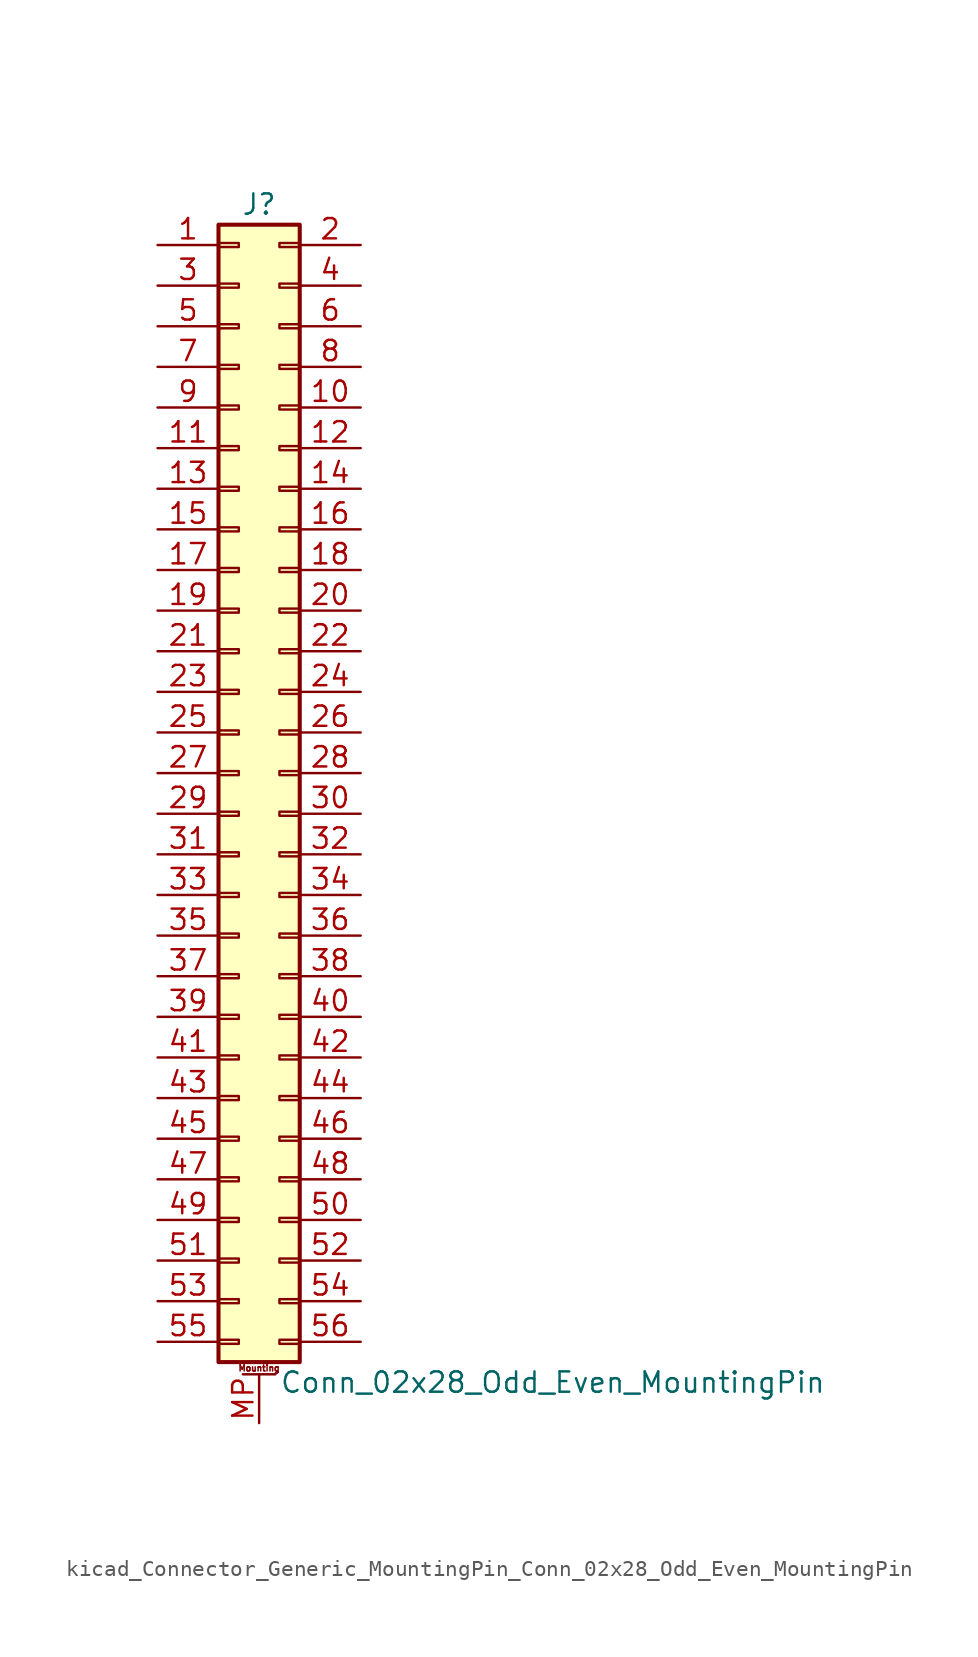
<source format=kicad_sym>
(kicad_symbol_lib
  (version 20220914)
  (generator kicad_symbol_editor)
  (symbol "kicad_Connector_Generic_MountingPin_Conn_02x28_Odd_Even_MountingPin"
    (pin_names
      (offset 1.016) hide)
    (property "Reference" "J"
      (at 1.27 35.56 0)
      (effects (font (size 1.27 1.27))))
    (property "Value" "Conn_02x28_Odd_Even_MountingPin"
      (at 2.54 -38.1 0)
      (effects (font (size 1.27 1.27)) (justify left)))
    (symbol "kicad_Connector_Generic_MountingPin_Conn_02x28_Odd_Even_MountingPin_1_1"
      (rectangle (start -1.27 -35.433) (end 0 -35.687) (stroke (width 0.152) (type default)) (fill (type none)))
      (rectangle (start -1.27 -32.893) (end 0 -33.147) (stroke (width 0.152) (type default)) (fill (type none)))
      (rectangle (start -1.27 -30.353) (end 0 -30.607) (stroke (width 0.152) (type default)) (fill (type none)))
      (rectangle (start -1.27 -27.813) (end 0 -28.067) (stroke (width 0.152) (type default)) (fill (type none)))
      (rectangle (start -1.27 -25.273) (end 0 -25.527) (stroke (width 0.152) (type default)) (fill (type none)))
      (rectangle (start -1.27 -22.733) (end 0 -22.987) (stroke (width 0.152) (type default)) (fill (type none)))
      (rectangle (start -1.27 -20.193) (end 0 -20.447) (stroke (width 0.152) (type default)) (fill (type none)))
      (rectangle (start -1.27 -17.653) (end 0 -17.907) (stroke (width 0.152) (type default)) (fill (type none)))
      (rectangle (start -1.27 -15.113) (end 0 -15.367) (stroke (width 0.152) (type default)) (fill (type none)))
      (rectangle (start -1.27 -12.573) (end 0 -12.827) (stroke (width 0.152) (type default)) (fill (type none)))
      (rectangle (start -1.27 -10.033) (end 0 -10.287) (stroke (width 0.152) (type default)) (fill (type none)))
      (rectangle (start -1.27 -7.493) (end 0 -7.747) (stroke (width 0.152) (type default)) (fill (type none)))
      (rectangle (start -1.27 -4.953) (end 0 -5.207) (stroke (width 0.152) (type default)) (fill (type none)))
      (rectangle (start -1.27 -2.413) (end 0 -2.667) (stroke (width 0.152) (type default)) (fill (type none)))
      (rectangle (start -1.27 0.127) (end 0 -0.127) (stroke (width 0.152) (type default)) (fill (type none)))
      (rectangle (start -1.27 2.667) (end 0 2.413) (stroke (width 0.152) (type default)) (fill (type none)))
      (rectangle (start -1.27 5.207) (end 0 4.953) (stroke (width 0.152) (type default)) (fill (type none)))
      (rectangle (start -1.27 7.747) (end 0 7.493) (stroke (width 0.152) (type default)) (fill (type none)))
      (rectangle (start -1.27 10.287) (end 0 10.033) (stroke (width 0.152) (type default)) (fill (type none)))
      (rectangle (start -1.27 12.827) (end 0 12.573) (stroke (width 0.152) (type default)) (fill (type none)))
      (rectangle (start -1.27 15.367) (end 0 15.113) (stroke (width 0.152) (type default)) (fill (type none)))
      (rectangle (start -1.27 17.907) (end 0 17.653) (stroke (width 0.152) (type default)) (fill (type none)))
      (rectangle (start -1.27 20.447) (end 0 20.193) (stroke (width 0.152) (type default)) (fill (type none)))
      (rectangle (start -1.27 22.987) (end 0 22.733) (stroke (width 0.152) (type default)) (fill (type none)))
      (rectangle (start -1.27 25.527) (end 0 25.273) (stroke (width 0.152) (type default)) (fill (type none)))
      (rectangle (start -1.27 28.067) (end 0 27.813) (stroke (width 0.152) (type default)) (fill (type none)))
      (rectangle (start -1.27 30.607) (end 0 30.353) (stroke (width 0.152) (type default)) (fill (type none)))
      (rectangle (start -1.27 33.147) (end 0 32.893) (stroke (width 0.152) (type default)) (fill (type none)))
      (rectangle (start -1.27 34.29) (end 3.81 -36.83) (stroke (width 0.254) (type default)) (fill (type background)))
      (polyline (pts (xy 0.254 -37.592) (xy 2.286 -37.592)) (stroke (width 0.152) (type default)) (fill (type none)))
      (rectangle (start 3.81 -35.433) (end 2.54 -35.687) (stroke (width 0.152) (type default)) (fill (type none)))
      (rectangle (start 3.81 -32.893) (end 2.54 -33.147) (stroke (width 0.152) (type default)) (fill (type none)))
      (rectangle (start 3.81 -30.353) (end 2.54 -30.607) (stroke (width 0.152) (type default)) (fill (type none)))
      (rectangle (start 3.81 -27.813) (end 2.54 -28.067) (stroke (width 0.152) (type default)) (fill (type none)))
      (rectangle (start 3.81 -25.273) (end 2.54 -25.527) (stroke (width 0.152) (type default)) (fill (type none)))
      (rectangle (start 3.81 -22.733) (end 2.54 -22.987) (stroke (width 0.152) (type default)) (fill (type none)))
      (rectangle (start 3.81 -20.193) (end 2.54 -20.447) (stroke (width 0.152) (type default)) (fill (type none)))
      (rectangle (start 3.81 -17.653) (end 2.54 -17.907) (stroke (width 0.152) (type default)) (fill (type none)))
      (rectangle (start 3.81 -15.113) (end 2.54 -15.367) (stroke (width 0.152) (type default)) (fill (type none)))
      (rectangle (start 3.81 -12.573) (end 2.54 -12.827) (stroke (width 0.152) (type default)) (fill (type none)))
      (rectangle (start 3.81 -10.033) (end 2.54 -10.287) (stroke (width 0.152) (type default)) (fill (type none)))
      (rectangle (start 3.81 -7.493) (end 2.54 -7.747) (stroke (width 0.152) (type default)) (fill (type none)))
      (rectangle (start 3.81 -4.953) (end 2.54 -5.207) (stroke (width 0.152) (type default)) (fill (type none)))
      (rectangle (start 3.81 -2.413) (end 2.54 -2.667) (stroke (width 0.152) (type default)) (fill (type none)))
      (rectangle (start 3.81 0.127) (end 2.54 -0.127) (stroke (width 0.152) (type default)) (fill (type none)))
      (rectangle (start 3.81 2.667) (end 2.54 2.413) (stroke (width 0.152) (type default)) (fill (type none)))
      (rectangle (start 3.81 5.207) (end 2.54 4.953) (stroke (width 0.152) (type default)) (fill (type none)))
      (rectangle (start 3.81 7.747) (end 2.54 7.493) (stroke (width 0.152) (type default)) (fill (type none)))
      (rectangle (start 3.81 10.287) (end 2.54 10.033) (stroke (width 0.152) (type default)) (fill (type none)))
      (rectangle (start 3.81 12.827) (end 2.54 12.573) (stroke (width 0.152) (type default)) (fill (type none)))
      (rectangle (start 3.81 15.367) (end 2.54 15.113) (stroke (width 0.152) (type default)) (fill (type none)))
      (rectangle (start 3.81 17.907) (end 2.54 17.653) (stroke (width 0.152) (type default)) (fill (type none)))
      (rectangle (start 3.81 20.447) (end 2.54 20.193) (stroke (width 0.152) (type default)) (fill (type none)))
      (rectangle (start 3.81 22.987) (end 2.54 22.733) (stroke (width 0.152) (type default)) (fill (type none)))
      (rectangle (start 3.81 25.527) (end 2.54 25.273) (stroke (width 0.152) (type default)) (fill (type none)))
      (rectangle (start 3.81 28.067) (end 2.54 27.813) (stroke (width 0.152) (type default)) (fill (type none)))
      (rectangle (start 3.81 30.607) (end 2.54 30.353) (stroke (width 0.152) (type default)) (fill (type none)))
      (rectangle (start 3.81 33.147) (end 2.54 32.893) (stroke (width 0.152) (type default)) (fill (type none)))
      (text "Mounting" (at 1.27 -37.211 0) (effects (font (size 0.381 0.381))))
      (pin passive line (at -5.08 33.02 0) (length 3.81) (name "Pin_1" (effects (font (size 1.27 1.27)))) (number "1" (effects (font (size 1.27 1.27)))))
      (pin passive line (at 7.62 22.86 180) (length 3.81) (name "Pin_10" (effects (font (size 1.27 1.27)))) (number "10" (effects (font (size 1.27 1.27)))))
      (pin passive line (at -5.08 20.32 0) (length 3.81) (name "Pin_11" (effects (font (size 1.27 1.27)))) (number "11" (effects (font (size 1.27 1.27)))))
      (pin passive line (at 7.62 20.32 180) (length 3.81) (name "Pin_12" (effects (font (size 1.27 1.27)))) (number "12" (effects (font (size 1.27 1.27)))))
      (pin passive line (at -5.08 17.78 0) (length 3.81) (name "Pin_13" (effects (font (size 1.27 1.27)))) (number "13" (effects (font (size 1.27 1.27)))))
      (pin passive line (at 7.62 17.78 180) (length 3.81) (name "Pin_14" (effects (font (size 1.27 1.27)))) (number "14" (effects (font (size 1.27 1.27)))))
      (pin passive line (at -5.08 15.24 0) (length 3.81) (name "Pin_15" (effects (font (size 1.27 1.27)))) (number "15" (effects (font (size 1.27 1.27)))))
      (pin passive line (at 7.62 15.24 180) (length 3.81) (name "Pin_16" (effects (font (size 1.27 1.27)))) (number "16" (effects (font (size 1.27 1.27)))))
      (pin passive line (at -5.08 12.7 0) (length 3.81) (name "Pin_17" (effects (font (size 1.27 1.27)))) (number "17" (effects (font (size 1.27 1.27)))))
      (pin passive line (at 7.62 12.7 180) (length 3.81) (name "Pin_18" (effects (font (size 1.27 1.27)))) (number "18" (effects (font (size 1.27 1.27)))))
      (pin passive line (at -5.08 10.16 0) (length 3.81) (name "Pin_19" (effects (font (size 1.27 1.27)))) (number "19" (effects (font (size 1.27 1.27)))))
      (pin passive line (at 7.62 33.02 180) (length 3.81) (name "Pin_2" (effects (font (size 1.27 1.27)))) (number "2" (effects (font (size 1.27 1.27)))))
      (pin passive line (at 7.62 10.16 180) (length 3.81) (name "Pin_20" (effects (font (size 1.27 1.27)))) (number "20" (effects (font (size 1.27 1.27)))))
      (pin passive line (at -5.08 7.62 0) (length 3.81) (name "Pin_21" (effects (font (size 1.27 1.27)))) (number "21" (effects (font (size 1.27 1.27)))))
      (pin passive line (at 7.62 7.62 180) (length 3.81) (name "Pin_22" (effects (font (size 1.27 1.27)))) (number "22" (effects (font (size 1.27 1.27)))))
      (pin passive line (at -5.08 5.08 0) (length 3.81) (name "Pin_23" (effects (font (size 1.27 1.27)))) (number "23" (effects (font (size 1.27 1.27)))))
      (pin passive line (at 7.62 5.08 180) (length 3.81) (name "Pin_24" (effects (font (size 1.27 1.27)))) (number "24" (effects (font (size 1.27 1.27)))))
      (pin passive line (at -5.08 2.54 0) (length 3.81) (name "Pin_25" (effects (font (size 1.27 1.27)))) (number "25" (effects (font (size 1.27 1.27)))))
      (pin passive line (at 7.62 2.54 180) (length 3.81) (name "Pin_26" (effects (font (size 1.27 1.27)))) (number "26" (effects (font (size 1.27 1.27)))))
      (pin passive line (at -5.08 0 0) (length 3.81) (name "Pin_27" (effects (font (size 1.27 1.27)))) (number "27" (effects (font (size 1.27 1.27)))))
      (pin passive line (at 7.62 0 180) (length 3.81) (name "Pin_28" (effects (font (size 1.27 1.27)))) (number "28" (effects (font (size 1.27 1.27)))))
      (pin passive line (at -5.08 -2.54 0) (length 3.81) (name "Pin_29" (effects (font (size 1.27 1.27)))) (number "29" (effects (font (size 1.27 1.27)))))
      (pin passive line (at -5.08 30.48 0) (length 3.81) (name "Pin_3" (effects (font (size 1.27 1.27)))) (number "3" (effects (font (size 1.27 1.27)))))
      (pin passive line (at 7.62 -2.54 180) (length 3.81) (name "Pin_30" (effects (font (size 1.27 1.27)))) (number "30" (effects (font (size 1.27 1.27)))))
      (pin passive line (at -5.08 -5.08 0) (length 3.81) (name "Pin_31" (effects (font (size 1.27 1.27)))) (number "31" (effects (font (size 1.27 1.27)))))
      (pin passive line (at 7.62 -5.08 180) (length 3.81) (name "Pin_32" (effects (font (size 1.27 1.27)))) (number "32" (effects (font (size 1.27 1.27)))))
      (pin passive line (at -5.08 -7.62 0) (length 3.81) (name "Pin_33" (effects (font (size 1.27 1.27)))) (number "33" (effects (font (size 1.27 1.27)))))
      (pin passive line (at 7.62 -7.62 180) (length 3.81) (name "Pin_34" (effects (font (size 1.27 1.27)))) (number "34" (effects (font (size 1.27 1.27)))))
      (pin passive line (at -5.08 -10.16 0) (length 3.81) (name "Pin_35" (effects (font (size 1.27 1.27)))) (number "35" (effects (font (size 1.27 1.27)))))
      (pin passive line (at 7.62 -10.16 180) (length 3.81) (name "Pin_36" (effects (font (size 1.27 1.27)))) (number "36" (effects (font (size 1.27 1.27)))))
      (pin passive line (at -5.08 -12.7 0) (length 3.81) (name "Pin_37" (effects (font (size 1.27 1.27)))) (number "37" (effects (font (size 1.27 1.27)))))
      (pin passive line (at 7.62 -12.7 180) (length 3.81) (name "Pin_38" (effects (font (size 1.27 1.27)))) (number "38" (effects (font (size 1.27 1.27)))))
      (pin passive line (at -5.08 -15.24 0) (length 3.81) (name "Pin_39" (effects (font (size 1.27 1.27)))) (number "39" (effects (font (size 1.27 1.27)))))
      (pin passive line (at 7.62 30.48 180) (length 3.81) (name "Pin_4" (effects (font (size 1.27 1.27)))) (number "4" (effects (font (size 1.27 1.27)))))
      (pin passive line (at 7.62 -15.24 180) (length 3.81) (name "Pin_40" (effects (font (size 1.27 1.27)))) (number "40" (effects (font (size 1.27 1.27)))))
      (pin passive line (at -5.08 -17.78 0) (length 3.81) (name "Pin_41" (effects (font (size 1.27 1.27)))) (number "41" (effects (font (size 1.27 1.27)))))
      (pin passive line (at 7.62 -17.78 180) (length 3.81) (name "Pin_42" (effects (font (size 1.27 1.27)))) (number "42" (effects (font (size 1.27 1.27)))))
      (pin passive line (at -5.08 -20.32 0) (length 3.81) (name "Pin_43" (effects (font (size 1.27 1.27)))) (number "43" (effects (font (size 1.27 1.27)))))
      (pin passive line (at 7.62 -20.32 180) (length 3.81) (name "Pin_44" (effects (font (size 1.27 1.27)))) (number "44" (effects (font (size 1.27 1.27)))))
      (pin passive line (at -5.08 -22.86 0) (length 3.81) (name "Pin_45" (effects (font (size 1.27 1.27)))) (number "45" (effects (font (size 1.27 1.27)))))
      (pin passive line (at 7.62 -22.86 180) (length 3.81) (name "Pin_46" (effects (font (size 1.27 1.27)))) (number "46" (effects (font (size 1.27 1.27)))))
      (pin passive line (at -5.08 -25.4 0) (length 3.81) (name "Pin_47" (effects (font (size 1.27 1.27)))) (number "47" (effects (font (size 1.27 1.27)))))
      (pin passive line (at 7.62 -25.4 180) (length 3.81) (name "Pin_48" (effects (font (size 1.27 1.27)))) (number "48" (effects (font (size 1.27 1.27)))))
      (pin passive line (at -5.08 -27.94 0) (length 3.81) (name "Pin_49" (effects (font (size 1.27 1.27)))) (number "49" (effects (font (size 1.27 1.27)))))
      (pin passive line (at -5.08 27.94 0) (length 3.81) (name "Pin_5" (effects (font (size 1.27 1.27)))) (number "5" (effects (font (size 1.27 1.27)))))
      (pin passive line (at 7.62 -27.94 180) (length 3.81) (name "Pin_50" (effects (font (size 1.27 1.27)))) (number "50" (effects (font (size 1.27 1.27)))))
      (pin passive line (at -5.08 -30.48 0) (length 3.81) (name "Pin_51" (effects (font (size 1.27 1.27)))) (number "51" (effects (font (size 1.27 1.27)))))
      (pin passive line (at 7.62 -30.48 180) (length 3.81) (name "Pin_52" (effects (font (size 1.27 1.27)))) (number "52" (effects (font (size 1.27 1.27)))))
      (pin passive line (at -5.08 -33.02 0) (length 3.81) (name "Pin_53" (effects (font (size 1.27 1.27)))) (number "53" (effects (font (size 1.27 1.27)))))
      (pin passive line (at 7.62 -33.02 180) (length 3.81) (name "Pin_54" (effects (font (size 1.27 1.27)))) (number "54" (effects (font (size 1.27 1.27)))))
      (pin passive line (at -5.08 -35.56 0) (length 3.81) (name "Pin_55" (effects (font (size 1.27 1.27)))) (number "55" (effects (font (size 1.27 1.27)))))
      (pin passive line (at 7.62 -35.56 180) (length 3.81) (name "Pin_56" (effects (font (size 1.27 1.27)))) (number "56" (effects (font (size 1.27 1.27)))))
      (pin passive line (at 7.62 27.94 180) (length 3.81) (name "Pin_6" (effects (font (size 1.27 1.27)))) (number "6" (effects (font (size 1.27 1.27)))))
      (pin passive line (at -5.08 25.4 0) (length 3.81) (name "Pin_7" (effects (font (size 1.27 1.27)))) (number "7" (effects (font (size 1.27 1.27)))))
      (pin passive line (at 7.62 25.4 180) (length 3.81) (name "Pin_8" (effects (font (size 1.27 1.27)))) (number "8" (effects (font (size 1.27 1.27)))))
      (pin passive line (at -5.08 22.86 0) (length 3.81) (name "Pin_9" (effects (font (size 1.27 1.27)))) (number "9" (effects (font (size 1.27 1.27)))))
      (pin passive line (at 1.27 -40.64 90) (length 3.048) (name "MountPin" (effects (font (size 1.27 1.27)))) (number "MP" (effects (font (size 1.27 1.27))))))))
</source>
